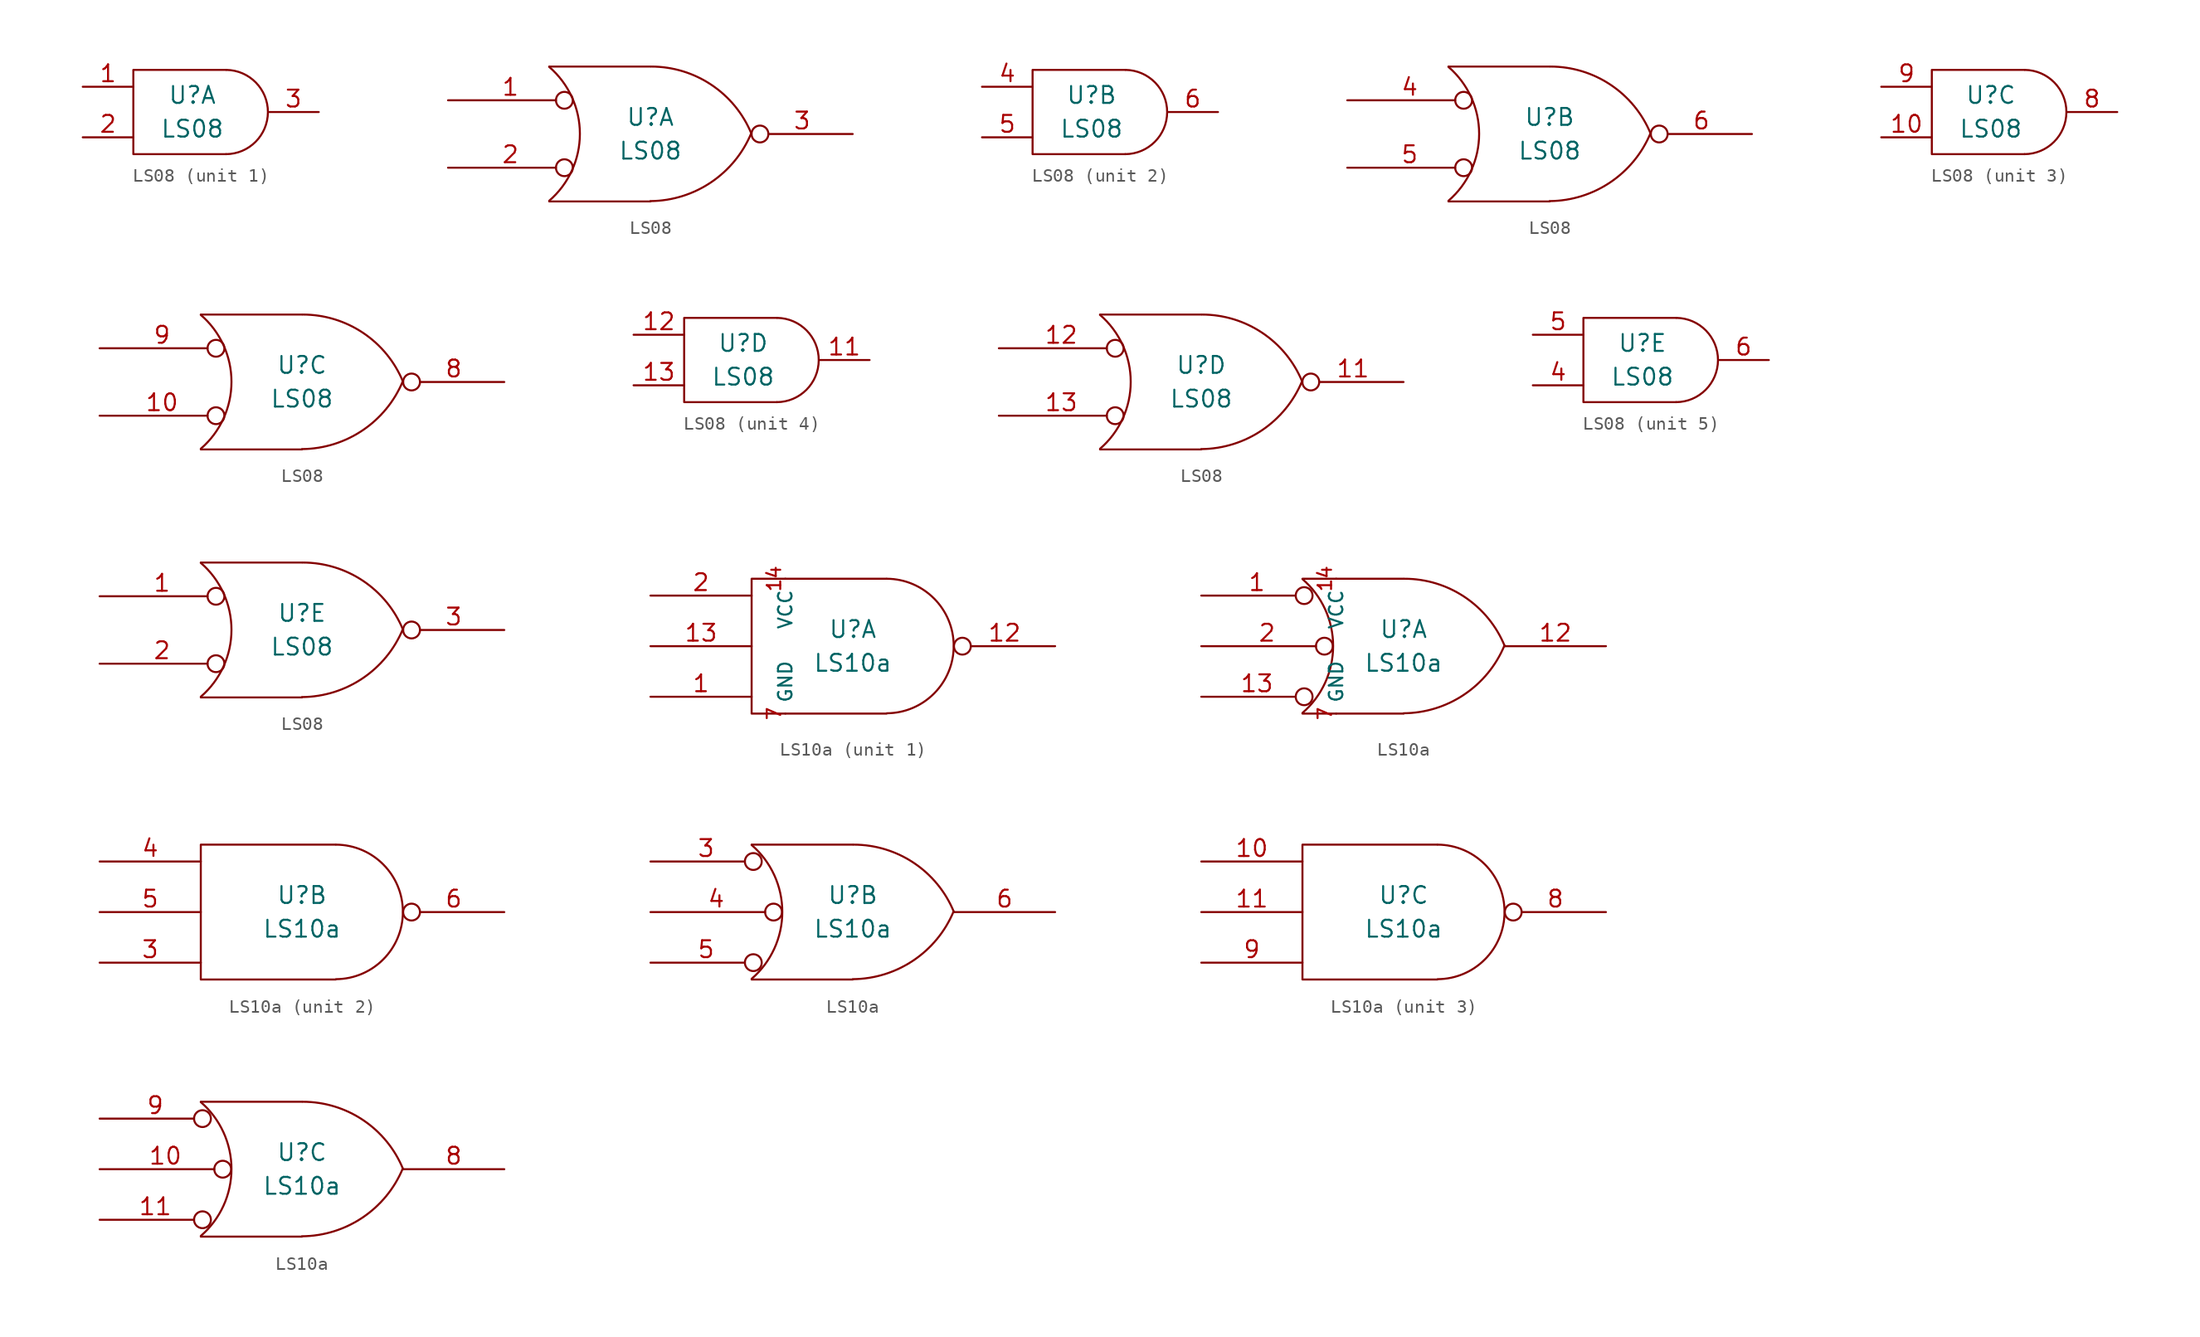
<source format=kicad_sym>
(kicad_symbol_lib
  (version 20211014)
  (generator kicad_symbol_editor)
  (symbol "LS08"
    (pin_names
      (offset 0.762))
    (property "Reference" "U"
      (at 0 1.27 0)
      (effects (font (size 1.27 1.27))))
    (property "Value" "LS08"
      (at 0 -1.27 0)
      (effects (font (size 1.27 1.27))))
    (symbol "LS08_0_1"
      (polyline (pts (xy 2.54 3.175) (xy -4.445 3.175) (xy -4.445 -3.175) (xy 2.54 -3.175)) (stroke (width 0) (type default) (color 0 0 0 0)) (fill (type none)))
      (arc (start 2.54 -3.175) (mid 5.6905 -0.0126) (end 2.5654 3.175) (stroke (width 0) (type default) (color 0 0 0 0)) (fill (type none))))
    (symbol "LS08_0_2"
      (arc (start -7.62 -5.0292) (mid -5.3094 0.0127) (end -7.62 5.0546) (stroke (width 0) (type default) (color 0 0 0 0)) (fill (type none)))
      (arc (start 0 -5.0546) (mid 4.5649 -3.6437) (end 7.5946 0.0508) (stroke (width 0) (type default) (color 0 0 0 0)) (fill (type none)))
      (polyline (pts (xy -7.62 -5.08) (xy 0 -5.08)) (stroke (width 0) (type default) (color 0 0 0 0)) (fill (type none)))
      (polyline (pts (xy -7.62 5.08) (xy 0 5.08)) (stroke (width 0) (type default) (color 0 0 0 0)) (fill (type none)))
      (arc (start 7.62 0) (mid 4.6112 3.6959) (end 0.0508 5.08) (stroke (width 0) (type default) (color 0 0 0 0)) (fill (type none))))
    (symbol "LS08_1_1"
      (pin input line (at -8.255 1.905 0) (length 3.81) (name "~" (effects (font (size 1.27 1.27)))) (number "1" (effects (font (size 1.27 1.27)))))
      (pin input line (at -8.255 -1.905 0) (length 3.81) (name "~" (effects (font (size 1.27 1.27)))) (number "2" (effects (font (size 1.27 1.27)))))
      (pin output line (at 9.525 0 180) (length 3.81) (name "~" (effects (font (size 1.27 1.27)))) (number "3" (effects (font (size 1.27 1.27))))))
    (symbol "LS08_1_2"
      (pin input inverted (at -15.24 2.54 0) (length 9.398) (name "~" (effects (font (size 1.27 1.27)))) (number "1" (effects (font (size 1.27 1.27)))))
      (pin input inverted (at -15.24 -2.54 0) (length 9.398) (name "~" (effects (font (size 1.27 1.27)))) (number "2" (effects (font (size 1.27 1.27)))))
      (pin output inverted (at 15.24 0 180) (length 7.62) (name "~" (effects (font (size 1.27 1.27)))) (number "3" (effects (font (size 1.27 1.27))))))
    (symbol "LS08_2_1"
      (pin input line (at -8.255 1.905 0) (length 3.81) (name "~" (effects (font (size 1.27 1.27)))) (number "4" (effects (font (size 1.27 1.27)))))
      (pin input line (at -8.255 -1.905 0) (length 3.81) (name "~" (effects (font (size 1.27 1.27)))) (number "5" (effects (font (size 1.27 1.27)))))
      (pin output line (at 9.525 0 180) (length 3.81) (name "~" (effects (font (size 1.27 1.27)))) (number "6" (effects (font (size 1.27 1.27))))))
    (symbol "LS08_2_2"
      (pin input inverted (at -15.24 2.54 0) (length 9.398) (name "~" (effects (font (size 1.27 1.27)))) (number "4" (effects (font (size 1.27 1.27)))))
      (pin input inverted (at -15.24 -2.54 0) (length 9.398) (name "~" (effects (font (size 1.27 1.27)))) (number "5" (effects (font (size 1.27 1.27)))))
      (pin output inverted (at 15.24 0 180) (length 7.62) (name "~" (effects (font (size 1.27 1.27)))) (number "6" (effects (font (size 1.27 1.27))))))
    (symbol "LS08_3_1"
      (pin input line (at -8.255 -1.905 0) (length 3.81) (name "~" (effects (font (size 1.27 1.27)))) (number "10" (effects (font (size 1.27 1.27)))))
      (pin output line (at 9.525 0 180) (length 3.81) (name "~" (effects (font (size 1.27 1.27)))) (number "8" (effects (font (size 1.27 1.27)))))
      (pin input line (at -8.255 1.905 0) (length 3.81) (name "~" (effects (font (size 1.27 1.27)))) (number "9" (effects (font (size 1.27 1.27))))))
    (symbol "LS08_3_2"
      (pin input inverted (at -15.24 -2.54 0) (length 9.398) (name "~" (effects (font (size 1.27 1.27)))) (number "10" (effects (font (size 1.27 1.27)))))
      (pin output inverted (at 15.24 0 180) (length 7.62) (name "~" (effects (font (size 1.27 1.27)))) (number "8" (effects (font (size 1.27 1.27)))))
      (pin input inverted (at -15.24 2.54 0) (length 9.398) (name "~" (effects (font (size 1.27 1.27)))) (number "9" (effects (font (size 1.27 1.27))))))
    (symbol "LS08_4_1"
      (pin output line (at 9.525 0 180) (length 3.81) (name "~" (effects (font (size 1.27 1.27)))) (number "11" (effects (font (size 1.27 1.27)))))
      (pin input line (at -8.255 1.905 0) (length 3.81) (name "~" (effects (font (size 1.27 1.27)))) (number "12" (effects (font (size 1.27 1.27)))))
      (pin input line (at -8.255 -1.905 0) (length 3.81) (name "~" (effects (font (size 1.27 1.27)))) (number "13" (effects (font (size 1.27 1.27))))))
    (symbol "LS08_4_2"
      (pin output inverted (at 15.24 0 180) (length 7.62) (name "~" (effects (font (size 1.27 1.27)))) (number "11" (effects (font (size 1.27 1.27)))))
      (pin input inverted (at -15.24 2.54 0) (length 9.398) (name "~" (effects (font (size 1.27 1.27)))) (number "12" (effects (font (size 1.27 1.27)))))
      (pin input inverted (at -15.24 -2.54 0) (length 9.398) (name "~" (effects (font (size 1.27 1.27)))) (number "13" (effects (font (size 1.27 1.27))))))
    (symbol "LS08_5_1"
      (pin input line (at -8.255 -1.905 0) (length 3.81) (name "~" (effects (font (size 1.27 1.27)))) (number "4" (effects (font (size 1.27 1.27)))))
      (pin input line (at -8.255 1.905 0) (length 3.81) (name "~" (effects (font (size 1.27 1.27)))) (number "5" (effects (font (size 1.27 1.27)))))
      (pin output line (at 9.525 0 180) (length 3.81) (name "~" (effects (font (size 1.27 1.27)))) (number "6" (effects (font (size 1.27 1.27))))))
    (symbol "LS08_5_2"
      (pin input inverted (at -15.24 2.54 0) (length 9.398) (name "~" (effects (font (size 1.27 1.27)))) (number "1" (effects (font (size 1.27 1.27)))))
      (pin input inverted (at -15.24 -2.54 0) (length 9.398) (name "~" (effects (font (size 1.27 1.27)))) (number "2" (effects (font (size 1.27 1.27)))))
      (pin output inverted (at 15.24 0 180) (length 7.62) (name "~" (effects (font (size 1.27 1.27)))) (number "3" (effects (font (size 1.27 1.27)))))))
  (symbol "LS10a"
    (pin_names
      (offset 0.762))
    (property "Reference" "U"
      (at 0 1.27 0)
      (effects (font (size 1.27 1.27))))
    (property "Value" "LS10a"
      (at 0 -1.27 0)
      (effects (font (size 1.27 1.27))))
    (symbol "LS10a_0_1"
      (polyline (pts (xy 2.54 5.08) (xy -7.62 5.08) (xy -7.62 -5.08) (xy 2.54 -5.08)) (stroke (width 0) (type default) (color 0 0 0 0)) (fill (type none)))
      (arc (start 2.5654 -5.0546) (mid 7.5947 0.0127) (end 2.5654 5.08) (stroke (width 0) (type default) (color 0 0 0 0)) (fill (type none))))
    (symbol "LS10a_0_2"
      (arc (start -7.62 -5.0292) (mid -5.3094 0.0127) (end -7.62 5.0546) (stroke (width 0) (type default) (color 0 0 0 0)) (fill (type none)))
      (arc (start 0 -5.0546) (mid 4.5649 -3.6437) (end 7.5946 0.0508) (stroke (width 0) (type default) (color 0 0 0 0)) (fill (type none)))
      (polyline (pts (xy -7.62 -5.08) (xy 0 -5.08)) (stroke (width 0) (type default) (color 0 0 0 0)) (fill (type none)))
      (polyline (pts (xy -7.62 5.08) (xy 0 5.08)) (stroke (width 0) (type default) (color 0 0 0 0)) (fill (type none)))
      (arc (start 7.62 0) (mid 4.6112 3.6959) (end 0.0508 5.08) (stroke (width 0) (type default) (color 0 0 0 0)) (fill (type none))))
    (symbol "LS10a_1_0"
      (pin power_in line (at -5.08 5.08 270) (length 0) (name "VCC" (effects (font (size 1.016 1.016)))) (number "14" (effects (font (size 1.016 1.016)))))
      (pin power_in line (at -5.08 -5.08 90) (length 0) (name "GND" (effects (font (size 1.016 1.016)))) (number "7" (effects (font (size 1.016 1.016))))))
    (symbol "LS10a_1_1"
      (pin input line (at -15.24 -3.81 0) (length 7.62) (name "~" (effects (font (size 1.27 1.27)))) (number "1" (effects (font (size 1.27 1.27)))))
      (pin output inverted (at 15.24 0 180) (length 7.62) (name "~" (effects (font (size 1.27 1.27)))) (number "12" (effects (font (size 1.27 1.27)))))
      (pin input line (at -15.24 0 0) (length 7.62) (name "~" (effects (font (size 1.27 1.27)))) (number "13" (effects (font (size 1.27 1.27)))))
      (pin input line (at -15.24 3.81 0) (length 7.62) (name "~" (effects (font (size 1.27 1.27)))) (number "2" (effects (font (size 1.27 1.27))))))
    (symbol "LS10a_1_2"
      (pin input inverted (at -15.24 3.81 0) (length 8.382) (name "~" (effects (font (size 1.27 1.27)))) (number "1" (effects (font (size 1.27 1.27)))))
      (pin output line (at 15.24 0 180) (length 7.62) (name "~" (effects (font (size 1.27 1.27)))) (number "12" (effects (font (size 1.27 1.27)))))
      (pin input inverted (at -15.24 -3.81 0) (length 8.382) (name "~" (effects (font (size 1.27 1.27)))) (number "13" (effects (font (size 1.27 1.27)))))
      (pin input inverted (at -15.24 0 0) (length 9.906) (name "~" (effects (font (size 1.27 1.27)))) (number "2" (effects (font (size 1.27 1.27))))))
    (symbol "LS10a_2_1"
      (pin input line (at -15.24 -3.81 0) (length 7.62) (name "~" (effects (font (size 1.27 1.27)))) (number "3" (effects (font (size 1.27 1.27)))))
      (pin input line (at -15.24 3.81 0) (length 7.62) (name "~" (effects (font (size 1.27 1.27)))) (number "4" (effects (font (size 1.27 1.27)))))
      (pin input line (at -15.24 0 0) (length 7.62) (name "~" (effects (font (size 1.27 1.27)))) (number "5" (effects (font (size 1.27 1.27)))))
      (pin output inverted (at 15.24 0 180) (length 7.62) (name "~" (effects (font (size 1.27 1.27)))) (number "6" (effects (font (size 1.27 1.27))))))
    (symbol "LS10a_2_2"
      (pin input inverted (at -15.24 3.81 0) (length 8.382) (name "~" (effects (font (size 1.27 1.27)))) (number "3" (effects (font (size 1.27 1.27)))))
      (pin input inverted (at -15.24 0 0) (length 9.906) (name "~" (effects (font (size 1.27 1.27)))) (number "4" (effects (font (size 1.27 1.27)))))
      (pin input inverted (at -15.24 -3.81 0) (length 8.382) (name "~" (effects (font (size 1.27 1.27)))) (number "5" (effects (font (size 1.27 1.27)))))
      (pin output line (at 15.24 0 180) (length 7.62) (name "~" (effects (font (size 1.27 1.27)))) (number "6" (effects (font (size 1.27 1.27))))))
    (symbol "LS10a_3_1"
      (pin input line (at -15.24 3.81 0) (length 7.62) (name "~" (effects (font (size 1.27 1.27)))) (number "10" (effects (font (size 1.27 1.27)))))
      (pin input line (at -15.24 0 0) (length 7.62) (name "~" (effects (font (size 1.27 1.27)))) (number "11" (effects (font (size 1.27 1.27)))))
      (pin output inverted (at 15.24 0 180) (length 7.62) (name "~" (effects (font (size 1.27 1.27)))) (number "8" (effects (font (size 1.27 1.27)))))
      (pin input line (at -15.24 -3.81 0) (length 7.62) (name "~" (effects (font (size 1.27 1.27)))) (number "9" (effects (font (size 1.27 1.27))))))
    (symbol "LS10a_3_2"
      (pin input inverted (at -15.24 0 0) (length 9.906) (name "~" (effects (font (size 1.27 1.27)))) (number "10" (effects (font (size 1.27 1.27)))))
      (pin input inverted (at -15.24 -3.81 0) (length 8.382) (name "~" (effects (font (size 1.27 1.27)))) (number "11" (effects (font (size 1.27 1.27)))))
      (pin output line (at 15.24 0 180) (length 7.62) (name "~" (effects (font (size 1.27 1.27)))) (number "8" (effects (font (size 1.27 1.27)))))
      (pin input inverted (at -15.24 3.81 0) (length 8.382) (name "~" (effects (font (size 1.27 1.27)))) (number "9" (effects (font (size 1.27 1.27))))))))
</source>
